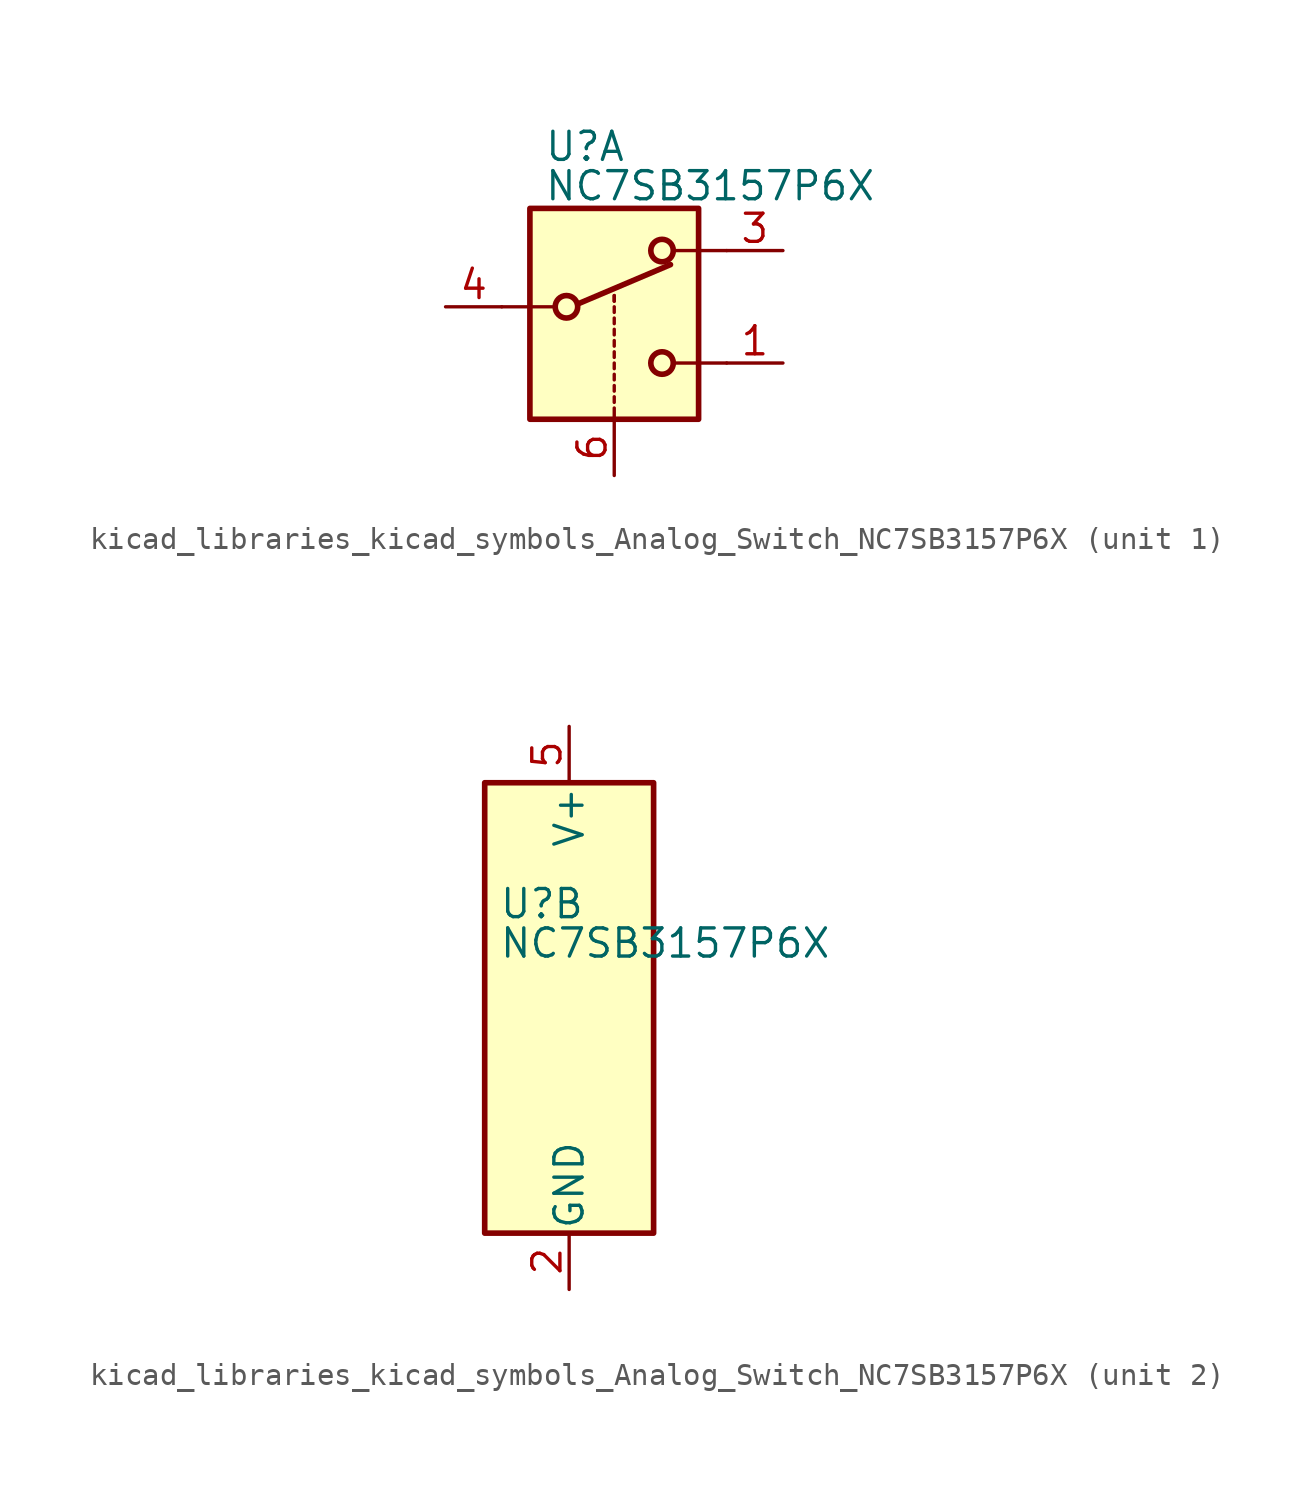
<source format=kicad_sym>
(kicad_symbol_lib
  (version 20220914)
  (generator kicad_symbol_editor)
  (symbol "kicad_libraries_kicad_symbols_Analog_Switch_NC7SB3157P6X"
    (pin_names
      (offset 0.127))
    (property "Reference" "U"
      (at -3.175 4.699 0)
      (effects (font (size 1.27 1.27)) (justify left)))
    (property "Value" "NC7SB3157P6X"
      (at -3.175 2.921 0)
      (effects (font (size 1.27 1.27)) (justify left)))
    (symbol "kicad_libraries_kicad_symbols_Analog_Switch_NC7SB3157P6X_1_1"
      (rectangle (start -3.81 1.905) (end 3.81 -7.62) (stroke (width 0.254) (type default)) (fill (type background)))
      (circle (center -2.159 -2.54) (radius 0.508) (stroke (width 0.254) (type default)) (fill (type none)))
      (polyline (pts (xy -5.08 -2.54) (xy -2.794 -2.54)) (stroke (width 0) (type default)) (fill (type none)))
      (polyline (pts (xy -1.651 -2.413) (xy 2.54 -0.635)) (stroke (width 0.254) (type default)) (fill (type none)))
      (polyline (pts (xy 0 -7.62) (xy 0 -7.112)) (stroke (width 0) (type default)) (fill (type none)))
      (polyline (pts (xy 0 -6.858) (xy 0 -6.604)) (stroke (width 0) (type default)) (fill (type none)))
      (polyline (pts (xy 0 -6.35) (xy 0 -6.096)) (stroke (width 0) (type default)) (fill (type none)))
      (polyline (pts (xy 0 -5.842) (xy 0 -5.588)) (stroke (width 0) (type default)) (fill (type none)))
      (polyline (pts (xy 0 -5.334) (xy 0 -5.08)) (stroke (width 0) (type default)) (fill (type none)))
      (polyline (pts (xy 0 -4.826) (xy 0 -4.572)) (stroke (width 0) (type default)) (fill (type none)))
      (polyline (pts (xy 0 -4.318) (xy 0 -4.064)) (stroke (width 0) (type default)) (fill (type none)))
      (polyline (pts (xy 0 -3.81) (xy 0 -3.556)) (stroke (width 0) (type default)) (fill (type none)))
      (polyline (pts (xy 0 -3.302) (xy 0 -3.048)) (stroke (width 0) (type default)) (fill (type none)))
      (polyline (pts (xy 0 -2.794) (xy 0 -2.54)) (stroke (width 0) (type default)) (fill (type none)))
      (polyline (pts (xy 0 -2.286) (xy 0 -2.032)) (stroke (width 0) (type default)) (fill (type none)))
      (polyline (pts (xy 0 -2.286) (xy 0 -2.032)) (stroke (width 0) (type default)) (fill (type none)))
      (polyline (pts (xy 5.08 -5.08) (xy 2.794 -5.08)) (stroke (width 0) (type default)) (fill (type none)))
      (polyline (pts (xy 5.08 0) (xy 2.794 0)) (stroke (width 0) (type default)) (fill (type none)))
      (circle (center 2.159 -5.08) (radius 0.508) (stroke (width 0.254) (type default)) (fill (type none)))
      (circle (center 2.159 0) (radius 0.508) (stroke (width 0.254) (type default)) (fill (type none)))
      (pin passive line (at 7.62 -5.08 180) (length 2.54) (name "~" (effects (font (size 1.27 1.27)))) (number "1" (effects (font (size 1.27 1.27)))))
      (pin passive line (at 7.62 0 180) (length 2.54) (name "~" (effects (font (size 1.27 1.27)))) (number "3" (effects (font (size 1.27 1.27)))))
      (pin passive line (at -7.62 -2.54 0) (length 2.54) (name "~" (effects (font (size 1.27 1.27)))) (number "4" (effects (font (size 1.27 1.27)))))
      (pin input line (at 0 -10.16 90) (length 2.54) (name "~" (effects (font (size 1.27 1.27)))) (number "6" (effects (font (size 1.27 1.27))))))
    (symbol "kicad_libraries_kicad_symbols_Analog_Switch_NC7SB3157P6X_2_0"
      (pin power_in line (at 0 -12.7 90) (length 2.54) (name "GND" (effects (font (size 1.27 1.27)))) (number "2" (effects (font (size 1.27 1.27)))))
      (pin power_in line (at 0 12.7 270) (length 2.54) (name "V+" (effects (font (size 1.27 1.27)))) (number "5" (effects (font (size 1.27 1.27))))))
    (symbol "kicad_libraries_kicad_symbols_Analog_Switch_NC7SB3157P6X_2_1"
      (rectangle (start -3.81 10.16) (end 3.81 -10.16) (stroke (width 0.254) (type default)) (fill (type background))))))
</source>
